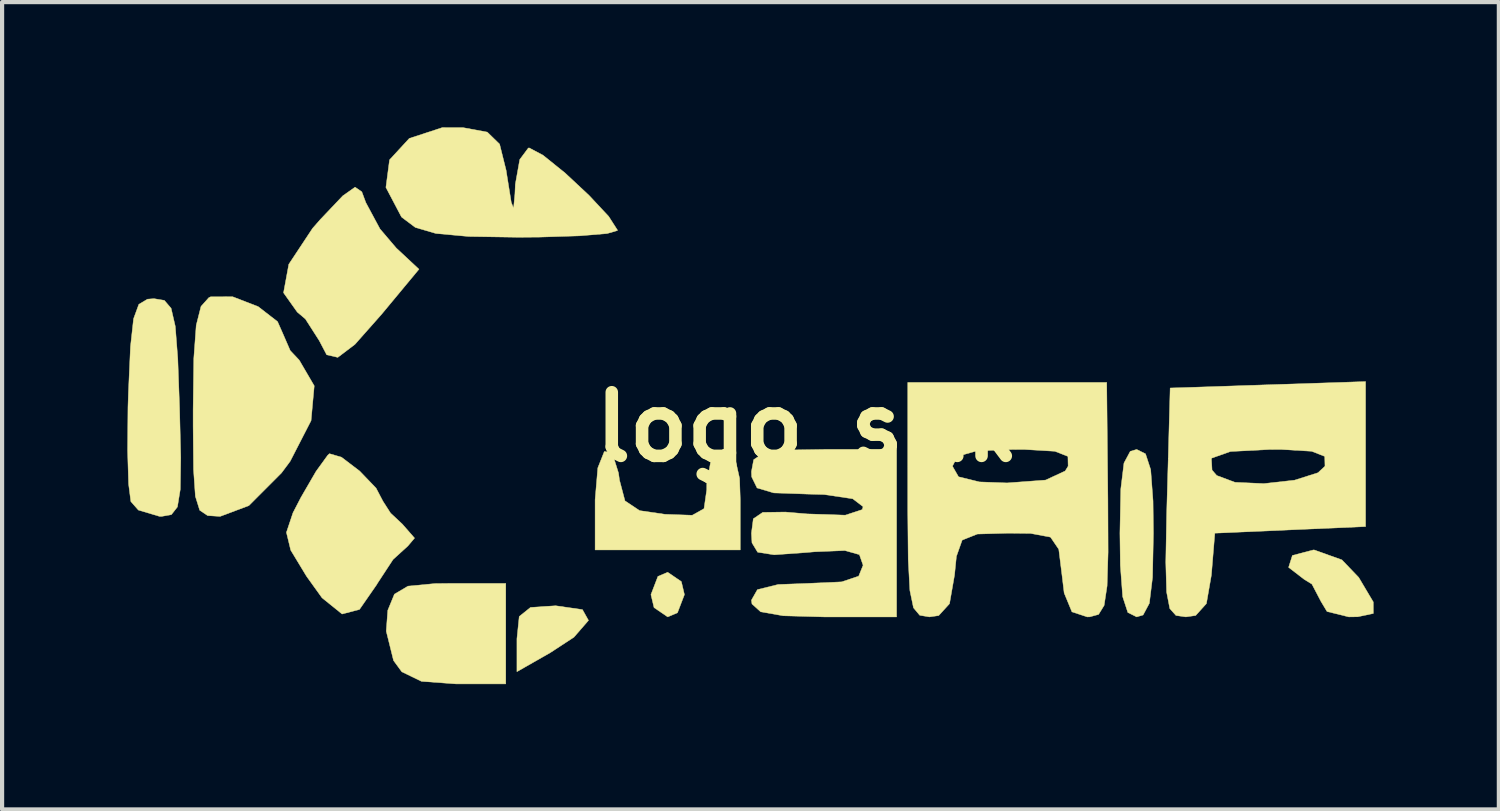
<source format=kicad_pcb>
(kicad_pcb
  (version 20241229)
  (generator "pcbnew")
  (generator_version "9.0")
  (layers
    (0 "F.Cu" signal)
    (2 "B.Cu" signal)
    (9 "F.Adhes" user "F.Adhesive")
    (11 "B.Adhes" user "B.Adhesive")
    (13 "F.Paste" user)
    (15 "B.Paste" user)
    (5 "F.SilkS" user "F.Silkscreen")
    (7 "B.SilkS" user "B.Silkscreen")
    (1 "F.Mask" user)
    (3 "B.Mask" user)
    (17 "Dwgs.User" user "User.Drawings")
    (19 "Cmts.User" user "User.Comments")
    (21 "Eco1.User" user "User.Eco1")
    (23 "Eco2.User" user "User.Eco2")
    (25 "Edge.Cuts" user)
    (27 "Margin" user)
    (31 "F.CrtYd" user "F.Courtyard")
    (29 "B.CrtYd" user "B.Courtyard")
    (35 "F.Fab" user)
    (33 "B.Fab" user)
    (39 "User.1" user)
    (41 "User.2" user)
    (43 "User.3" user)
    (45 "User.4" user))
  (footprint "logo_silk"
    (layer "F.Cu")
    (at 16.279 7.176)
    (property "Reference" "logo_silk" (at 0 0 0) (layer "F.SilkS") (effects (font (size 1.524 1.524) (thickness 0.3))))
    (attr through_hole)
    (fp_poly (pts (xy -3.015 3.699) (xy -2.941 4.011) (xy -3.108 4.446) (xy -3.342 4.545) (xy -3.669 4.322) (xy -3.743 4.011) (xy -3.576 3.575) (xy -3.342 3.476) (xy -3.015 3.699)) (stroke (width 0.01) (type solid)) (fill yes) (layer "F.SilkS"))
    (fp_poly (pts (xy -5.383 4.37) (xy -5.238 4.629) (xy -5.587 5.031) (xy -6.154 5.402) (xy -6.952 5.857) (xy -6.952 5.068) (xy -6.897 4.535) (xy -6.627 4.318) (xy -6.024 4.278) (xy -5.383 4.37)) (stroke (width 0.01) (type solid)) (fill yes) (layer "F.SilkS"))
    (fp_poly (pts (xy -7.219 6.149) (xy -8.413 6.149) (xy -9.237 6.088) (xy -9.708 5.86) (xy -9.906 5.59) (xy -10.081 4.886) (xy -10.044 4.387) (xy -9.885 4) (xy -9.56 3.808) (xy -8.916 3.747) (xy -8.551 3.743) (xy -7.219 3.743) (xy -7.219 6.149)) (stroke (width 0.01) (type solid)) (fill yes) (layer "F.SilkS"))
    (fp_poly (pts (xy 12.801 3.179) (xy 13.204 3.6) (xy 13.553 4.188) (xy 13.554 4.463) (xy 13.179 4.542) (xy 12.967 4.545) (xy 12.445 4.416) (xy 12.299 4.173) (xy 12.083 3.76) (xy 11.898 3.646) (xy 11.525 3.359) (xy 11.615 3.074) (xy 12.119 2.941) (xy 12.135 2.941) (xy 12.801 3.179)) (stroke (width 0.01) (type solid)) (fill yes) (layer "F.SilkS"))
    (fp_poly (pts (xy 8.099 0.64) (xy 8.223 1.019) (xy 8.279 1.77) (xy 8.288 2.54) (xy 8.267 3.598) (xy 8.191 4.219) (xy 8.041 4.499) (xy 7.887 4.545) (xy 7.676 4.44) (xy 7.552 4.061) (xy 7.496 3.31) (xy 7.486 2.54) (xy 7.507 1.482) (xy 7.583 0.861) (xy 7.733 0.581) (xy 7.887 0.535) (xy 8.099 0.64)) (stroke (width 0.01) (type solid)) (fill yes) (layer "F.SilkS"))
    (fp_poly (pts (xy -10.666 -5.634) (xy -10.57 -5.376) (xy -10.231 -4.745) (xy -9.841 -4.287) (xy -9.297 -3.78) (xy -10.196 -2.697) (xy -10.831 -1.98) (xy -11.241 -1.669) (xy -11.507 -1.731) (xy -11.686 -2.072) (xy -12.017 -2.589) (xy -12.212 -2.754) (xy -12.54 -3.216) (xy -12.414 -3.899) (xy -11.845 -4.759) (xy -11.661 -4.969) (xy -11.122 -5.537) (xy -10.827 -5.745) (xy -10.666 -5.634)) (stroke (width 0.01) (type solid)) (fill yes) (layer "F.SilkS"))
    (fp_poly (pts (xy -1.741 0.692) (xy -1.621 1.228) (xy -1.604 1.738) (xy -1.604 2.941) (xy -5.08 2.941) (xy -5.08 1.738) (xy -5.015 0.977) (xy -4.859 0.584) (xy -4.674 0.609) (xy -4.52 1.099) (xy -4.496 1.27) (xy -4.365 1.766) (xy -4.014 2) (xy -3.409 2.088) (xy -2.754 2.111) (xy -2.472 1.953) (xy -2.407 1.5) (xy -2.406 1.353) (xy -2.292 0.709) (xy -2.005 0.535) (xy -1.741 0.692)) (stroke (width 0.01) (type solid)) (fill yes) (layer "F.SilkS"))
    (fp_poly (pts (xy -15.394 -3.034) (xy -15.232 -2.845) (xy -15.132 -2.412) (xy -15.072 -1.637) (xy -15.03 -0.468) (xy -15.001 0.729) (xy -15.012 1.489) (xy -15.081 1.912) (xy -15.225 2.096) (xy -15.463 2.139) (xy -15.506 2.139) (xy -16.016 1.987) (xy -16.196 1.782) (xy -16.25 1.363) (xy -16.274 0.56) (xy -16.265 -0.476) (xy -16.254 -0.824) (xy -16.205 -1.925) (xy -16.131 -2.595) (xy -16.005 -2.939) (xy -15.798 -3.063) (xy -15.641 -3.075) (xy -15.394 -3.034)) (stroke (width 0.01) (type solid)) (fill yes) (layer "F.SilkS"))
    (fp_poly (pts (xy -11.153 0.721) (xy -10.718 1.052) (xy -10.324 1.462) (xy -10.16 1.775) (xy -9.977 2.06) (xy -9.692 2.327) (xy -9.403 2.658) (xy -9.564 2.848) (xy -9.917 3.169) (xy -10.297 3.749) (xy -10.306 3.767) (xy -10.722 4.367) (xy -11.138 4.476) (xy -11.618 4.089) (xy -11.989 3.573) (xy -12.368 2.947) (xy -12.471 2.522) (xy -12.314 2.052) (xy -12.123 1.683) (xy -11.761 1.059) (xy -11.482 0.674) (xy -11.44 0.637) (xy -11.153 0.721)) (stroke (width 0.01) (type solid)) (fill yes) (layer "F.SilkS"))
    (fp_poly (pts (xy -13.148 -2.885) (xy -12.684 -2.526) (xy -12.566 -2.26) (xy -12.38 -1.832) (xy -12.165 -1.604) (xy -11.805 -0.988) (xy -11.881 -0.154) (xy -12.382 0.82) (xy -12.589 1.098) (xy -13.371 1.881) (xy -14.059 2.139) (xy -14.358 2.119) (xy -14.547 1.992) (xy -14.651 1.658) (xy -14.695 1.017) (xy -14.705 -0.03) (xy -14.705 -0.409) (xy -14.689 -1.642) (xy -14.631 -2.437) (xy -14.516 -2.89) (xy -14.329 -3.099) (xy -14.286 -3.119) (xy -13.758 -3.121) (xy -13.148 -2.885)) (stroke (width 0.01) (type solid)) (fill yes) (layer "F.SilkS"))
    (fp_poly (pts (xy -7.662 -7.063) (xy -7.367 -6.776) (xy -7.21 -6.146) (xy -7.19 -6.016) (xy -7.087 -5.377) (xy -7.032 -5.242) (xy -7 -5.584) (xy -6.99 -5.815) (xy -6.884 -6.407) (xy -6.679 -6.682) (xy -6.657 -6.684) (xy -6.328 -6.51) (xy -5.799 -6.084) (xy -5.225 -5.548) (xy -4.756 -5.046) (xy -4.546 -4.719) (xy -4.545 -4.706) (xy -4.793 -4.634) (xy -5.454 -4.579) (xy -6.41 -4.549) (xy -6.91 -4.545) (xy -8.108 -4.564) (xy -8.893 -4.636) (xy -9.384 -4.78) (xy -9.703 -5.019) (xy -9.718 -5.034) (xy -10.089 -5.739) (xy -10.002 -6.399) (xy -9.529 -6.912) (xy -8.742 -7.17) (xy -8.247 -7.171) (xy -7.662 -7.063)) (stroke (width 0.01) (type solid)) (fill yes) (layer "F.SilkS"))
    (fp_poly (pts (xy 13.368 2.382) (xy 11.564 2.461) (xy 9.759 2.54) (xy 9.676 3.543) (xy 9.557 4.226) (xy 9.3 4.511) (xy 9.065 4.545) (xy 8.828 4.511) (xy 8.68 4.345) (xy 8.604 3.951) (xy 8.584 3.234) (xy 8.605 2.097) (xy 8.613 1.805) (xy 8.643 0.746) (xy 9.676 0.746) (xy 9.692 1.029) (xy 9.804 1.159) (xy 10.24 1.322) (xy 10.933 1.353) (xy 11.668 1.271) (xy 12.228 1.093) (xy 12.396 0.936) (xy 12.39 0.702) (xy 12.077 0.579) (xy 11.357 0.536) (xy 11.087 0.535) (xy 10.132 0.585) (xy 9.676 0.746) (xy 8.643 0.746) (xy 8.689 -0.936) (xy 11.029 -1.013) (xy 13.368 -1.09) (xy 13.368 2.382)) (stroke (width 0.01) (type solid)) (fill yes) (layer "F.SilkS"))
    (fp_poly (pts (xy 2.139 4.545) (xy 0.401 4.545) (xy -0.574 4.518) (xy -1.116 4.423) (xy -1.324 4.235) (xy -1.337 4.144) (xy -1.194 3.892) (xy -0.698 3.769) (xy 0 3.743) (xy 0.824 3.706) (xy 1.231 3.569) (xy 1.337 3.308) (xy 1.248 3.054) (xy 0.901 2.956) (xy 0.171 2.986) (xy 0 3.001) (xy -0.792 3.058) (xy -1.188 2.996) (xy -1.324 2.771) (xy -1.337 2.54) (xy -1.292 2.195) (xy -1.066 2.042) (xy -0.526 2.034) (xy 0 2.079) (xy 0.91 2.109) (xy 1.315 1.976) (xy 1.337 1.906) (xy 1.088 1.716) (xy 0.405 1.615) (xy 0 1.604) (xy -0.802 1.576) (xy -1.202 1.457) (xy -1.331 1.193) (xy -1.337 1.069) (xy -1.283 0.78) (xy -1.041 0.619) (xy -0.495 0.549) (xy 0.401 0.535) (xy 2.139 0.535) (xy 2.139 4.545)) (stroke (width 0.01) (type solid)) (fill yes) (layer "F.SilkS"))
    (fp_poly (pts (xy 7.198 1.738) (xy 7.203 2.991) (xy 7.179 3.803) (xy 7.108 4.27) (xy 6.975 4.486) (xy 6.762 4.544) (xy 6.704 4.545) (xy 6.337 4.424) (xy 6.151 3.973) (xy 6.099 3.543) (xy 6.022 2.926) (xy 5.824 2.635) (xy 5.349 2.546) (xy 4.813 2.54) (xy 4.072 2.561) (xy 3.709 2.706) (xy 3.571 3.096) (xy 3.526 3.543) (xy 3.406 4.229) (xy 3.147 4.513) (xy 2.925 4.545) (xy 2.693 4.506) (xy 2.543 4.327) (xy 2.457 3.913) (xy 2.417 3.169) (xy 2.406 2.003) (xy 2.406 1.738) (xy 2.406 0.936) (xy 3.476 0.936) (xy 3.622 1.19) (xy 4.125 1.313) (xy 4.784 1.337) (xy 5.705 1.269) (xy 6.175 1.051) (xy 6.246 0.936) (xy 6.241 0.702) (xy 5.928 0.579) (xy 5.208 0.536) (xy 4.938 0.535) (xy 4.054 0.571) (xy 3.6 0.699) (xy 3.476 0.936) (xy 2.406 0.936) (xy 2.406 -1.069) (xy 7.17 -1.069) (xy 7.198 1.738)) (stroke (width 0.01) (type solid)) (fill yes) (layer "F.SilkS")))
  (gr_rect
    (start -3 -3)
    (end 32.838 16.33)
    (stroke (width 0.1) (type default))
    (fill no)
    (layer "Edge.Cuts")))
</source>
